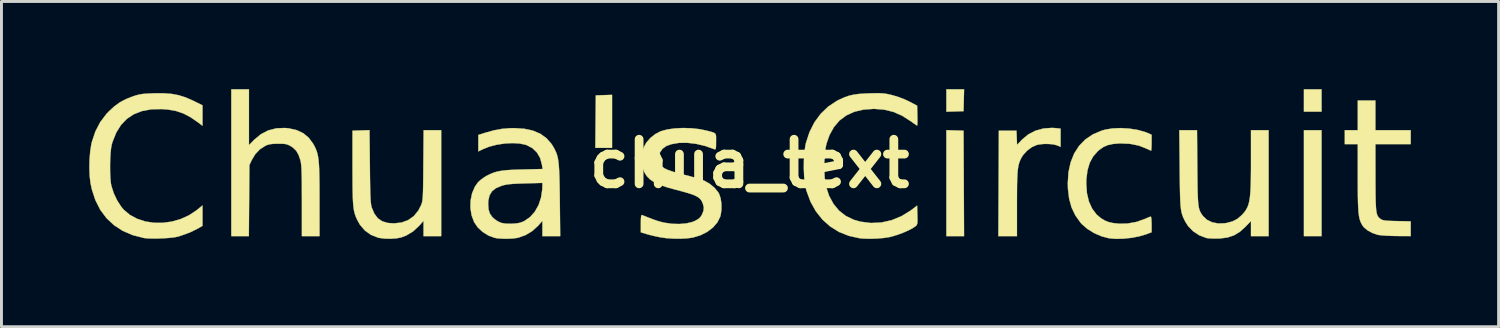
<source format=kicad_pcb>
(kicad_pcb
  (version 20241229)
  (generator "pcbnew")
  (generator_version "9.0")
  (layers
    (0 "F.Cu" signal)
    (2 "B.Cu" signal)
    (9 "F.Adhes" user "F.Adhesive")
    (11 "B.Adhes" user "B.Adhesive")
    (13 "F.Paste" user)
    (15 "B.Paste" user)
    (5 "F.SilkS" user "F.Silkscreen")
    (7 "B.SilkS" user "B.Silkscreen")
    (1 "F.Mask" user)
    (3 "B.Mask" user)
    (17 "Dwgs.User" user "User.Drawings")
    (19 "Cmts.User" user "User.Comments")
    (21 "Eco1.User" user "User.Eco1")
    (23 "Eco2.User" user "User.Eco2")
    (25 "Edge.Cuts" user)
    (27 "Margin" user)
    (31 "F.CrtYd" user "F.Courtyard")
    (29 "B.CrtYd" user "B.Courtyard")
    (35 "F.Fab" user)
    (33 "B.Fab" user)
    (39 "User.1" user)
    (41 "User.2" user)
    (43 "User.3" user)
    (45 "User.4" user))
  (footprint "chua_text"
    (layer "F.Cu")
    (at 22.574 2.545)
    (property "Reference" "chua_text" (at 0 0 0) (layer "F.SilkS") (effects (font (size 1.524 1.524) (thickness 0.3))))
    (attr through_hole)
    (fp_poly (pts (xy 19.558 -1.778) (xy 18.955 -1.778) (xy 18.955 -2.54) (xy 19.558 -2.54) (xy 19.558 -1.778)) (stroke (width 0.01) (type solid)) (fill yes) (layer "F.SilkS"))
    (fp_poly (pts (xy 19.558 2.477) (xy 18.955 2.477) (xy 18.955 -1.143) (xy 19.558 -1.143) (xy 19.558 2.477)) (stroke (width 0.01) (type solid)) (fill yes) (layer "F.SilkS"))
    (fp_poly (pts (xy -4.699 -0.54) (xy -5.271 -0.54) (xy -5.263 -1.437) (xy -5.255 -2.334) (xy -4.977 -2.343) (xy -4.699 -2.352) (xy -4.699 -0.54)) (stroke (width 0.01) (type solid)) (fill yes) (layer "F.SilkS"))
    (fp_poly (pts (xy 7.025 -1.136) (xy 7.318 -1.127) (xy 7.327 0.675) (xy 7.335 2.477) (xy 6.731 2.477) (xy 6.731 -1.145) (xy 7.025 -1.136)) (stroke (width 0.01) (type solid)) (fill yes) (layer "F.SilkS"))
    (fp_poly (pts (xy 7.327 -2.167) (xy 7.318 -1.794) (xy 7.025 -1.785) (xy 6.731 -1.776) (xy 6.731 -2.54) (xy 7.336 -2.54) (xy 7.327 -2.167)) (stroke (width 0.01) (type solid)) (fill yes) (layer "F.SilkS"))
    (fp_poly (pts (xy 10.462 -1.216) (xy 10.636 -1.198) (xy 10.636 -0.575) (xy 10.517 -0.625) (xy 10.398 -0.657) (xy 10.241 -0.673) (xy 10.07 -0.674) (xy 9.908 -0.658) (xy 9.82 -0.639) (xy 9.653 -0.565) (xy 9.492 -0.446) (xy 9.359 -0.299) (xy 9.328 -0.253) (xy 9.282 -0.174) (xy 9.245 -0.095) (xy 9.215 -0.01) (xy 9.191 0.088) (xy 9.173 0.207) (xy 9.161 0.353) (xy 9.152 0.535) (xy 9.147 0.758) (xy 9.145 1.03) (xy 9.144 1.358) (xy 9.144 2.477) (xy 8.508 2.477) (xy 8.517 0.675) (xy 8.525 -1.127) (xy 9.128 -1.127) (xy 9.137 -0.885) (xy 9.147 -0.642) (xy 9.321 -0.825) (xy 9.531 -1) (xy 9.776 -1.127) (xy 10.049 -1.202) (xy 10.339 -1.223) (xy 10.462 -1.216)) (stroke (width 0.01) (type solid)) (fill yes) (layer "F.SilkS"))
    (fp_poly (pts (xy 21.399 -1.143) (xy 22.606 -1.143) (xy 22.606 -0.667) (xy 21.399 -0.667) (xy 21.401 0.468) (xy 21.402 0.79) (xy 21.404 1.055) (xy 21.408 1.269) (xy 21.415 1.439) (xy 21.424 1.57) (xy 21.438 1.669) (xy 21.457 1.743) (xy 21.481 1.797) (xy 21.512 1.838) (xy 21.55 1.872) (xy 21.568 1.886) (xy 21.61 1.912) (xy 21.659 1.931) (xy 21.729 1.944) (xy 21.829 1.953) (xy 21.972 1.959) (xy 22.132 1.963) (xy 22.606 1.973) (xy 22.606 2.477) (xy 22.122 2.474) (xy 21.937 2.47) (xy 21.761 2.462) (xy 21.61 2.451) (xy 21.501 2.437) (xy 21.475 2.432) (xy 21.297 2.371) (xy 21.137 2.285) (xy 21.012 2.184) (xy 20.959 2.118) (xy 20.919 2.048) (xy 20.886 1.975) (xy 20.859 1.893) (xy 20.839 1.795) (xy 20.823 1.673) (xy 20.812 1.522) (xy 20.804 1.335) (xy 20.799 1.104) (xy 20.797 0.823) (xy 20.796 0.486) (xy 20.796 -0.667) (xy 20.352 -0.667) (xy 20.352 -1.143) (xy 20.796 -1.143) (xy 20.796 -2.159) (xy 21.399 -2.159) (xy 21.399 -1.143)) (stroke (width 0.01) (type solid)) (fill yes) (layer "F.SilkS"))
    (fp_poly (pts (xy -17.113 -0.633) (xy -16.931 -0.819) (xy -16.704 -1.007) (xy -16.453 -1.137) (xy -16.179 -1.208) (xy -15.882 -1.22) (xy -15.742 -1.206) (xy -15.475 -1.144) (xy -15.252 -1.038) (xy -15.067 -0.884) (xy -14.916 -0.678) (xy -14.874 -0.601) (xy -14.833 -0.516) (xy -14.799 -0.432) (xy -14.772 -0.341) (xy -14.75 -0.238) (xy -14.733 -0.116) (xy -14.72 0.033) (xy -14.711 0.215) (xy -14.706 0.436) (xy -14.702 0.703) (xy -14.701 1.024) (xy -14.701 1.23) (xy -14.7 2.477) (xy -15.303 2.477) (xy -15.303 1.277) (xy -15.304 0.952) (xy -15.305 0.684) (xy -15.308 0.466) (xy -15.312 0.293) (xy -15.318 0.156) (xy -15.326 0.05) (xy -15.336 -0.032) (xy -15.349 -0.097) (xy -15.352 -0.111) (xy -15.416 -0.3) (xy -15.498 -0.442) (xy -15.609 -0.549) (xy -15.679 -0.596) (xy -15.759 -0.638) (xy -15.833 -0.664) (xy -15.922 -0.678) (xy -16.045 -0.682) (xy -16.113 -0.682) (xy -16.276 -0.678) (xy -16.396 -0.664) (xy -16.495 -0.636) (xy -16.545 -0.615) (xy -16.733 -0.495) (xy -16.896 -0.325) (xy -17.014 -0.13) (xy -17.097 0.048) (xy -17.107 1.262) (xy -17.116 2.477) (xy -17.716 2.477) (xy -17.716 -2.54) (xy -17.113 -2.54) (xy -17.113 -0.633)) (stroke (width 0.01) (type solid)) (fill yes) (layer "F.SilkS"))
    (fp_poly (pts (xy -12.978 0.102) (xy -12.975 0.429) (xy -12.971 0.698) (xy -12.966 0.917) (xy -12.961 1.091) (xy -12.954 1.227) (xy -12.946 1.331) (xy -12.936 1.41) (xy -12.924 1.469) (xy -12.914 1.503) (xy -12.824 1.712) (xy -12.707 1.867) (xy -12.557 1.97) (xy -12.369 2.027) (xy -12.154 2.042) (xy -11.895 2.013) (xy -11.669 1.93) (xy -11.478 1.794) (xy -11.324 1.607) (xy -11.228 1.42) (xy -11.211 1.374) (xy -11.196 1.328) (xy -11.185 1.272) (xy -11.176 1.202) (xy -11.169 1.11) (xy -11.163 0.988) (xy -11.159 0.832) (xy -11.156 0.632) (xy -11.153 0.383) (xy -11.151 0.079) (xy -11.151 0.056) (xy -11.141 -1.143) (xy -10.541 -1.143) (xy -10.541 2.477) (xy -11.144 2.477) (xy -11.144 1.954) (xy -11.286 2.116) (xy -11.497 2.313) (xy -11.734 2.457) (xy -11.904 2.521) (xy -12.071 2.554) (xy -12.271 2.567) (xy -12.476 2.563) (xy -12.657 2.539) (xy -12.702 2.528) (xy -12.945 2.432) (xy -13.152 2.284) (xy -13.32 2.085) (xy -13.412 1.921) (xy -13.45 1.836) (xy -13.482 1.754) (xy -13.507 1.666) (xy -13.528 1.567) (xy -13.543 1.45) (xy -13.555 1.307) (xy -13.563 1.133) (xy -13.568 0.919) (xy -13.571 0.66) (xy -13.572 0.349) (xy -13.573 0.127) (xy -13.573 -1.127) (xy -13.282 -1.136) (xy -12.991 -1.145) (xy -12.978 0.102)) (stroke (width 0.01) (type solid)) (fill yes) (layer "F.SilkS"))
    (fp_poly (pts (xy 15.311 0.135) (xy 15.314 0.472) (xy 15.317 0.753) (xy 15.322 0.982) (xy 15.329 1.168) (xy 15.338 1.316) (xy 15.351 1.433) (xy 15.368 1.526) (xy 15.391 1.6) (xy 15.419 1.663) (xy 15.454 1.72) (xy 15.496 1.779) (xy 15.512 1.8) (xy 15.644 1.922) (xy 15.818 2.005) (xy 16.021 2.045) (xy 16.245 2.038) (xy 16.3 2.03) (xy 16.508 1.976) (xy 16.675 1.891) (xy 16.822 1.767) (xy 16.832 1.757) (xy 16.906 1.675) (xy 16.967 1.593) (xy 17.017 1.504) (xy 17.057 1.403) (xy 17.087 1.282) (xy 17.11 1.135) (xy 17.126 0.955) (xy 17.136 0.735) (xy 17.142 0.469) (xy 17.145 0.15) (xy 17.145 -0.069) (xy 17.145 -1.143) (xy 17.748 -1.143) (xy 17.748 2.477) (xy 17.145 2.477) (xy 17.145 1.961) (xy 16.958 2.155) (xy 16.763 2.331) (xy 16.562 2.452) (xy 16.34 2.525) (xy 16.082 2.558) (xy 16.037 2.56) (xy 15.889 2.561) (xy 15.751 2.556) (xy 15.644 2.545) (xy 15.613 2.539) (xy 15.376 2.449) (xy 15.165 2.31) (xy 14.992 2.13) (xy 14.896 1.978) (xy 14.855 1.896) (xy 14.821 1.82) (xy 14.793 1.744) (xy 14.77 1.661) (xy 14.753 1.564) (xy 14.739 1.447) (xy 14.729 1.303) (xy 14.722 1.125) (xy 14.717 0.906) (xy 14.713 0.639) (xy 14.709 0.319) (xy 14.708 0.183) (xy 14.695 -1.143) (xy 14.997 -1.143) (xy 15.3 -1.143) (xy 15.311 0.135)) (stroke (width 0.01) (type solid)) (fill yes) (layer "F.SilkS"))
    (fp_poly (pts (xy 12.981 -1.199) (xy 13.263 -1.155) (xy 13.515 -1.086) (xy 13.61 -1.049) (xy 13.748 -0.988) (xy 13.748 -0.716) (xy 13.746 -0.594) (xy 13.741 -0.5) (xy 13.734 -0.449) (xy 13.731 -0.445) (xy 13.694 -0.458) (xy 13.623 -0.491) (xy 13.59 -0.507) (xy 13.311 -0.617) (xy 12.999 -0.679) (xy 12.666 -0.693) (xy 12.655 -0.692) (xy 12.432 -0.674) (xy 12.254 -0.636) (xy 12.104 -0.572) (xy 11.966 -0.476) (xy 11.912 -0.43) (xy 11.751 -0.249) (xy 11.633 -0.032) (xy 11.556 0.224) (xy 11.518 0.525) (xy 11.514 0.683) (xy 11.536 1.006) (xy 11.603 1.291) (xy 11.714 1.537) (xy 11.866 1.738) (xy 12.013 1.863) (xy 12.143 1.942) (xy 12.273 1.995) (xy 12.423 2.03) (xy 12.615 2.051) (xy 12.636 2.053) (xy 12.924 2.047) (xy 13.22 1.994) (xy 13.498 1.898) (xy 13.516 1.89) (xy 13.614 1.848) (xy 13.689 1.818) (xy 13.72 1.81) (xy 13.732 1.839) (xy 13.742 1.917) (xy 13.747 2.03) (xy 13.748 2.077) (xy 13.748 2.345) (xy 13.565 2.414) (xy 13.329 2.484) (xy 13.06 2.536) (xy 12.782 2.565) (xy 12.515 2.57) (xy 12.287 2.55) (xy 12.034 2.483) (xy 11.783 2.374) (xy 11.553 2.232) (xy 11.361 2.066) (xy 11.314 2.013) (xy 11.14 1.768) (xy 11.012 1.501) (xy 10.929 1.204) (xy 10.888 0.868) (xy 10.882 0.667) (xy 10.906 0.291) (xy 10.98 -0.047) (xy 11.101 -0.348) (xy 11.268 -0.608) (xy 11.481 -0.826) (xy 11.737 -1) (xy 12.035 -1.127) (xy 12.16 -1.163) (xy 12.409 -1.204) (xy 12.69 -1.216) (xy 12.981 -1.199)) (stroke (width 0.01) (type solid)) (fill yes) (layer "F.SilkS"))
    (fp_poly (pts (xy -19.76 -2.386) (xy -19.519 -2.341) (xy -19.286 -2.268) (xy -19.043 -2.163) (xy -18.994 -2.139) (xy -18.701 -1.994) (xy -18.701 -1.296) (xy -18.852 -1.41) (xy -19.109 -1.587) (xy -19.353 -1.715) (xy -19.603 -1.8) (xy -19.876 -1.849) (xy -20.099 -1.866) (xy -20.455 -1.857) (xy -20.772 -1.798) (xy -21.049 -1.69) (xy -21.287 -1.532) (xy -21.487 -1.323) (xy -21.649 -1.064) (xy -21.774 -0.753) (xy -21.801 -0.664) (xy -21.826 -0.534) (xy -21.844 -0.358) (xy -21.856 -0.15) (xy -21.861 0.072) (xy -21.859 0.293) (xy -21.85 0.496) (xy -21.834 0.665) (xy -21.816 0.762) (xy -21.733 1.016) (xy -21.618 1.259) (xy -21.48 1.472) (xy -21.397 1.572) (xy -21.186 1.75) (xy -20.938 1.884) (xy -20.662 1.975) (xy -20.366 2.021) (xy -20.059 2.023) (xy -19.751 1.981) (xy -19.449 1.895) (xy -19.163 1.765) (xy -18.901 1.591) (xy -18.883 1.577) (xy -18.701 1.428) (xy -18.701 2.126) (xy -18.867 2.222) (xy -19.137 2.354) (xy -19.454 2.468) (xy -19.558 2.498) (xy -19.673 2.52) (xy -19.834 2.538) (xy -20.023 2.551) (xy -20.222 2.559) (xy -20.414 2.56) (xy -20.58 2.555) (xy -20.703 2.542) (xy -20.706 2.541) (xy -21.087 2.444) (xy -21.428 2.297) (xy -21.727 2.103) (xy -21.983 1.863) (xy -22.196 1.578) (xy -22.363 1.248) (xy -22.485 0.876) (xy -22.53 0.661) (xy -22.559 0.418) (xy -22.569 0.141) (xy -22.563 -0.147) (xy -22.539 -0.425) (xy -22.5 -0.671) (xy -22.482 -0.746) (xy -22.362 -1.103) (xy -22.199 -1.417) (xy -21.989 -1.695) (xy -21.911 -1.778) (xy -21.715 -1.959) (xy -21.523 -2.098) (xy -21.311 -2.21) (xy -21.066 -2.305) (xy -20.955 -2.34) (xy -20.853 -2.365) (xy -20.743 -2.383) (xy -20.609 -2.394) (xy -20.436 -2.402) (xy -20.336 -2.406) (xy -20.026 -2.406) (xy -19.76 -2.386)) (stroke (width 0.01) (type solid)) (fill yes) (layer "F.SilkS"))
    (fp_poly (pts (xy 4.453 -2.408) (xy 4.571 -2.401) (xy 4.678 -2.387) (xy 4.79 -2.364) (xy 4.9 -2.337) (xy 5.097 -2.277) (xy 5.301 -2.199) (xy 5.471 -2.119) (xy 5.731 -1.981) (xy 5.74 -1.642) (xy 5.742 -1.503) (xy 5.741 -1.392) (xy 5.737 -1.321) (xy 5.732 -1.302) (xy 5.7 -1.319) (xy 5.631 -1.366) (xy 5.539 -1.432) (xy 5.517 -1.448) (xy 5.22 -1.638) (xy 4.921 -1.769) (xy 4.607 -1.846) (xy 4.266 -1.873) (xy 4.241 -1.873) (xy 3.891 -1.847) (xy 3.58 -1.773) (xy 3.309 -1.648) (xy 3.078 -1.475) (xy 2.887 -1.251) (xy 2.736 -0.979) (xy 2.63 -0.677) (xy 2.595 -0.498) (xy 2.571 -0.277) (xy 2.558 -0.03) (xy 2.558 0.222) (xy 2.569 0.462) (xy 2.593 0.67) (xy 2.614 0.775) (xy 2.721 1.099) (xy 2.871 1.376) (xy 3.061 1.606) (xy 3.291 1.786) (xy 3.561 1.917) (xy 3.795 1.984) (xy 4.155 2.029) (xy 4.512 2.011) (xy 4.861 1.933) (xy 5.197 1.795) (xy 5.513 1.6) (xy 5.54 1.579) (xy 5.731 1.434) (xy 5.74 1.757) (xy 5.743 1.904) (xy 5.742 2.002) (xy 5.732 2.064) (xy 5.713 2.104) (xy 5.682 2.135) (xy 5.677 2.14) (xy 5.571 2.21) (xy 5.42 2.288) (xy 5.243 2.365) (xy 5.055 2.434) (xy 4.874 2.489) (xy 4.783 2.511) (xy 4.585 2.541) (xy 4.353 2.561) (xy 4.114 2.568) (xy 3.893 2.562) (xy 3.762 2.549) (xy 3.395 2.468) (xy 3.059 2.334) (xy 2.758 2.147) (xy 2.494 1.912) (xy 2.27 1.63) (xy 2.087 1.303) (xy 1.95 0.935) (xy 1.933 0.873) (xy 1.893 0.672) (xy 1.868 0.427) (xy 1.857 0.158) (xy 1.86 -0.117) (xy 1.877 -0.38) (xy 1.909 -0.611) (xy 1.93 -0.708) (xy 2.052 -1.081) (xy 2.22 -1.413) (xy 2.433 -1.703) (xy 2.687 -1.947) (xy 2.983 -2.144) (xy 3.068 -2.188) (xy 3.235 -2.263) (xy 3.391 -2.319) (xy 3.553 -2.357) (xy 3.737 -2.383) (xy 3.959 -2.398) (xy 4.112 -2.404) (xy 4.305 -2.408) (xy 4.453 -2.408)) (stroke (width 0.01) (type solid)) (fill yes) (layer "F.SilkS"))
    (fp_poly (pts (xy -7.701 -1.193) (xy -7.403 -1.129) (xy -7.149 -1.021) (xy -6.937 -0.867) (xy -6.764 -0.668) (xy -6.692 -0.55) (xy -6.647 -0.463) (xy -6.609 -0.379) (xy -6.578 -0.292) (xy -6.553 -0.193) (xy -6.534 -0.078) (xy -6.519 0.062) (xy -6.508 0.233) (xy -6.499 0.442) (xy -6.493 0.697) (xy -6.488 1.003) (xy -6.485 1.246) (xy -6.472 2.477) (xy -7.08 2.477) (xy -7.08 1.956) (xy -7.236 2.131) (xy -7.431 2.307) (xy -7.66 2.444) (xy -7.904 2.531) (xy -7.931 2.537) (xy -8.078 2.557) (xy -8.257 2.567) (xy -8.442 2.565) (xy -8.609 2.554) (xy -8.708 2.537) (xy -8.922 2.46) (xy -9.121 2.336) (xy -9.29 2.18) (xy -9.413 2.002) (xy -9.414 2) (xy -9.501 1.767) (xy -9.541 1.516) (xy -9.538 1.381) (xy -8.934 1.381) (xy -8.921 1.565) (xy -8.877 1.706) (xy -8.796 1.822) (xy -8.716 1.896) (xy -8.599 1.976) (xy -8.481 2.026) (xy -8.343 2.05) (xy -8.166 2.054) (xy -8.128 2.053) (xy -7.971 2.043) (xy -7.853 2.022) (xy -7.75 1.986) (xy -7.697 1.961) (xy -7.502 1.826) (xy -7.339 1.642) (xy -7.212 1.416) (xy -7.126 1.158) (xy -7.084 0.873) (xy -7.08 0.766) (xy -7.08 0.658) (xy -7.676 0.675) (xy -7.904 0.682) (xy -8.081 0.691) (xy -8.218 0.703) (xy -8.328 0.719) (xy -8.422 0.741) (xy -8.478 0.758) (xy -8.669 0.838) (xy -8.804 0.945) (xy -8.889 1.086) (xy -8.929 1.267) (xy -8.934 1.381) (xy -9.538 1.381) (xy -9.535 1.261) (xy -9.485 1.015) (xy -9.391 0.793) (xy -9.289 0.646) (xy -9.2 0.561) (xy -9.082 0.474) (xy -8.993 0.419) (xy -8.868 0.357) (xy -8.749 0.308) (xy -8.625 0.271) (xy -8.484 0.244) (xy -8.317 0.224) (xy -8.113 0.211) (xy -7.859 0.202) (xy -7.752 0.199) (xy -7.074 0.183) (xy -7.096 0.037) (xy -7.158 -0.194) (xy -7.269 -0.384) (xy -7.425 -0.533) (xy -7.625 -0.636) (xy -7.654 -0.646) (xy -7.862 -0.689) (xy -8.107 -0.703) (xy -8.373 -0.688) (xy -8.642 -0.647) (xy -8.897 -0.581) (xy -9.107 -0.498) (xy -9.271 -0.418) (xy -9.271 -0.981) (xy -9.024 -1.06) (xy -8.735 -1.14) (xy -8.469 -1.189) (xy -8.197 -1.212) (xy -8.044 -1.215) (xy -7.701 -1.193)) (stroke (width 0.01) (type solid)) (fill yes) (layer "F.SilkS"))
    (fp_poly (pts (xy -1.98 -1.21) (xy -1.696 -1.178) (xy -1.457 -1.127) (xy -1.316 -1.09) (xy -1.225 -1.062) (xy -1.173 -1.03) (xy -1.148 -0.982) (xy -1.142 -0.905) (xy -1.143 -0.788) (xy -1.143 -0.755) (xy -1.144 -0.62) (xy -1.149 -0.537) (xy -1.159 -0.497) (xy -1.178 -0.487) (xy -1.199 -0.493) (xy -1.513 -0.604) (xy -1.827 -0.678) (xy -2.131 -0.714) (xy -2.415 -0.71) (xy -2.669 -0.666) (xy -2.845 -0.602) (xy -2.976 -0.507) (xy -3.063 -0.378) (xy -3.102 -0.23) (xy -3.09 -0.076) (xy -3.033 0.051) (xy -2.982 0.108) (xy -2.905 0.162) (xy -2.795 0.213) (xy -2.642 0.267) (xy -2.442 0.325) (xy -2.223 0.382) (xy -2.037 0.43) (xy -1.858 0.48) (xy -1.703 0.528) (xy -1.585 0.568) (xy -1.544 0.584) (xy -1.359 0.689) (xy -1.195 0.826) (xy -1.07 0.978) (xy -1.04 1.03) (xy -0.988 1.18) (xy -0.96 1.366) (xy -0.958 1.562) (xy -0.983 1.746) (xy -1.001 1.812) (xy -1.097 2.006) (xy -1.248 2.181) (xy -1.443 2.331) (xy -1.675 2.448) (xy -1.933 2.526) (xy -2.124 2.553) (xy -2.356 2.566) (xy -2.605 2.563) (xy -2.849 2.546) (xy -3.032 2.521) (xy -3.191 2.489) (xy -3.36 2.45) (xy -3.5 2.412) (xy -3.715 2.348) (xy -3.715 2.044) (xy -3.713 1.897) (xy -3.706 1.805) (xy -3.693 1.761) (xy -3.675 1.756) (xy -3.467 1.839) (xy -3.304 1.902) (xy -3.173 1.948) (xy -3.061 1.982) (xy -2.954 2.008) (xy -2.901 2.02) (xy -2.649 2.056) (xy -2.397 2.063) (xy -2.161 2.043) (xy -1.957 1.995) (xy -1.866 1.958) (xy -1.752 1.894) (xy -1.678 1.827) (xy -1.623 1.739) (xy -1.621 1.735) (xy -1.571 1.603) (xy -1.562 1.488) (xy -1.596 1.363) (xy -1.619 1.308) (xy -1.659 1.238) (xy -1.716 1.178) (xy -1.797 1.123) (xy -1.909 1.071) (xy -2.061 1.018) (xy -2.26 0.96) (xy -2.514 0.893) (xy -2.515 0.893) (xy -2.814 0.811) (xy -3.057 0.727) (xy -3.25 0.638) (xy -3.399 0.54) (xy -3.511 0.428) (xy -3.592 0.298) (xy -3.634 0.195) (xy -3.674 0.009) (xy -3.681 -0.203) (xy -3.657 -0.413) (xy -3.618 -0.553) (xy -3.527 -0.719) (xy -3.39 -0.877) (xy -3.221 -1.011) (xy -3.038 -1.106) (xy -3.031 -1.109) (xy -2.815 -1.168) (xy -2.557 -1.205) (xy -2.272 -1.219) (xy -1.98 -1.21)) (stroke (width 0.01) (type solid)) (fill yes) (layer "F.SilkS")))
  (gr_rect
    (start -3 -3)
    (end 48.185 8.12)
    (stroke (width 0.1) (type default))
    (fill no)
    (layer "Edge.Cuts")))
</source>
